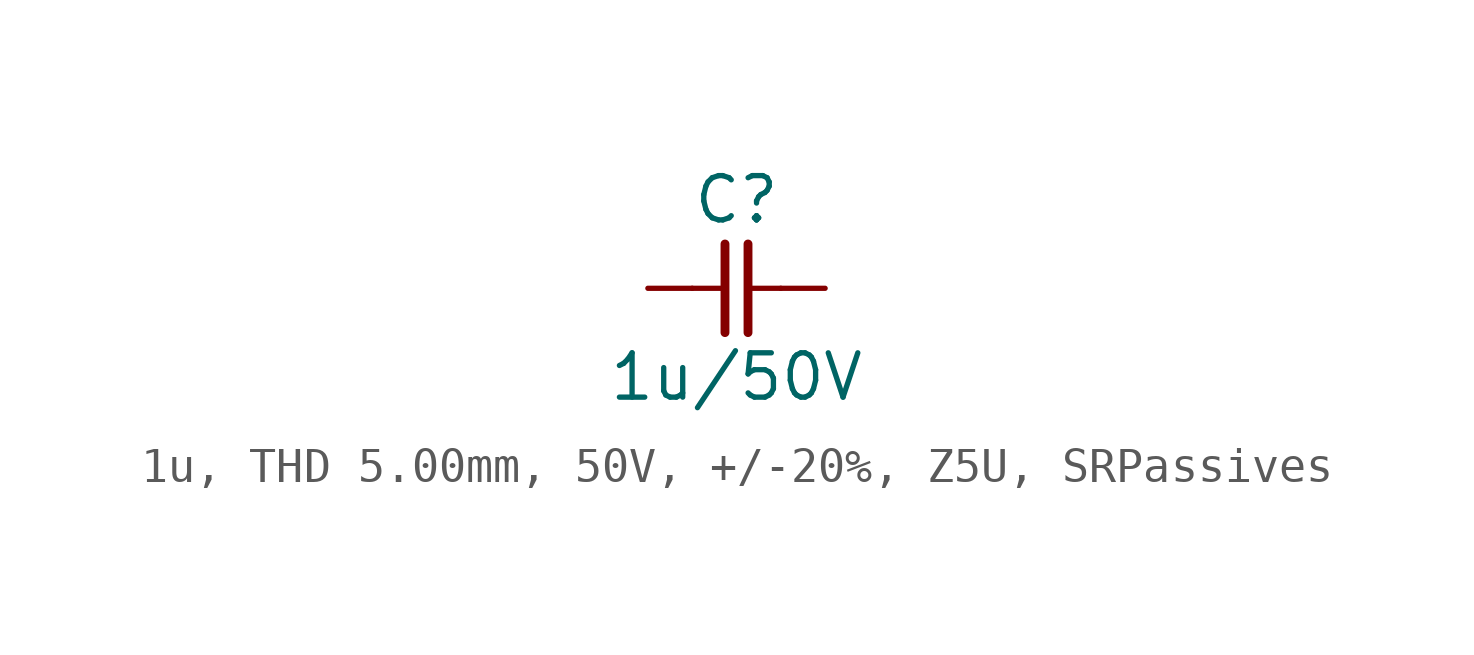
<source format=kicad_sym>
(kicad_symbol_lib
  (version 20241209)
  (generator "kicad_symbol_editor")
  (generator_version "9.0")
  (symbol "1u, THD 5.00mm, 50V, +/-20%, Z5U, SRPassives"
    (pin_numbers
      (hide yes))
    (pin_names
      (offset 0)
      (hide yes))
    (property "Reference" "C"
      (at 0 2.54 0)
      (effects (font (size 1.27 1.27))))
    (property "Value" "1u/50V"
      (at 0 -2.54 0)
      (effects (font (size 1.27 1.27))))
    (symbol "1u, THD 5.00mm, 50V, +/-20%, Z5U, SRPassives_0_1"
      (polyline (pts (xy -0.33 1.27) (xy -0.33 -1.27)) (stroke (width 0.254) (type default)) (fill (type none)))
      (polyline (pts (xy -0.318 0) (xy -1.27 0)) (stroke (width 0) (type default)) (fill (type none)))
      (polyline (pts (xy 0.33 1.27) (xy 0.33 -1.27)) (stroke (width 0.254) (type default)) (fill (type none)))
      (polyline (pts (xy 1.27 0) (xy 0.318 0)) (stroke (width 0) (type default)) (fill (type none))))
    (symbol "1u, THD 5.00mm, 50V, +/-20%, Z5U, SRPassives_1_1"
      (pin passive line (at -2.54 0 0) (length 1.27) (name "1" (effects (font (size 1.27 1.27)))) (number "1" (effects (font (size 1.27 1.27)))))
      (pin passive line (at 2.54 0 180) (length 1.27) (name "2" (effects (font (size 1.27 1.27)))) (number "2" (effects (font (size 1.27 1.27))))))))
</source>
